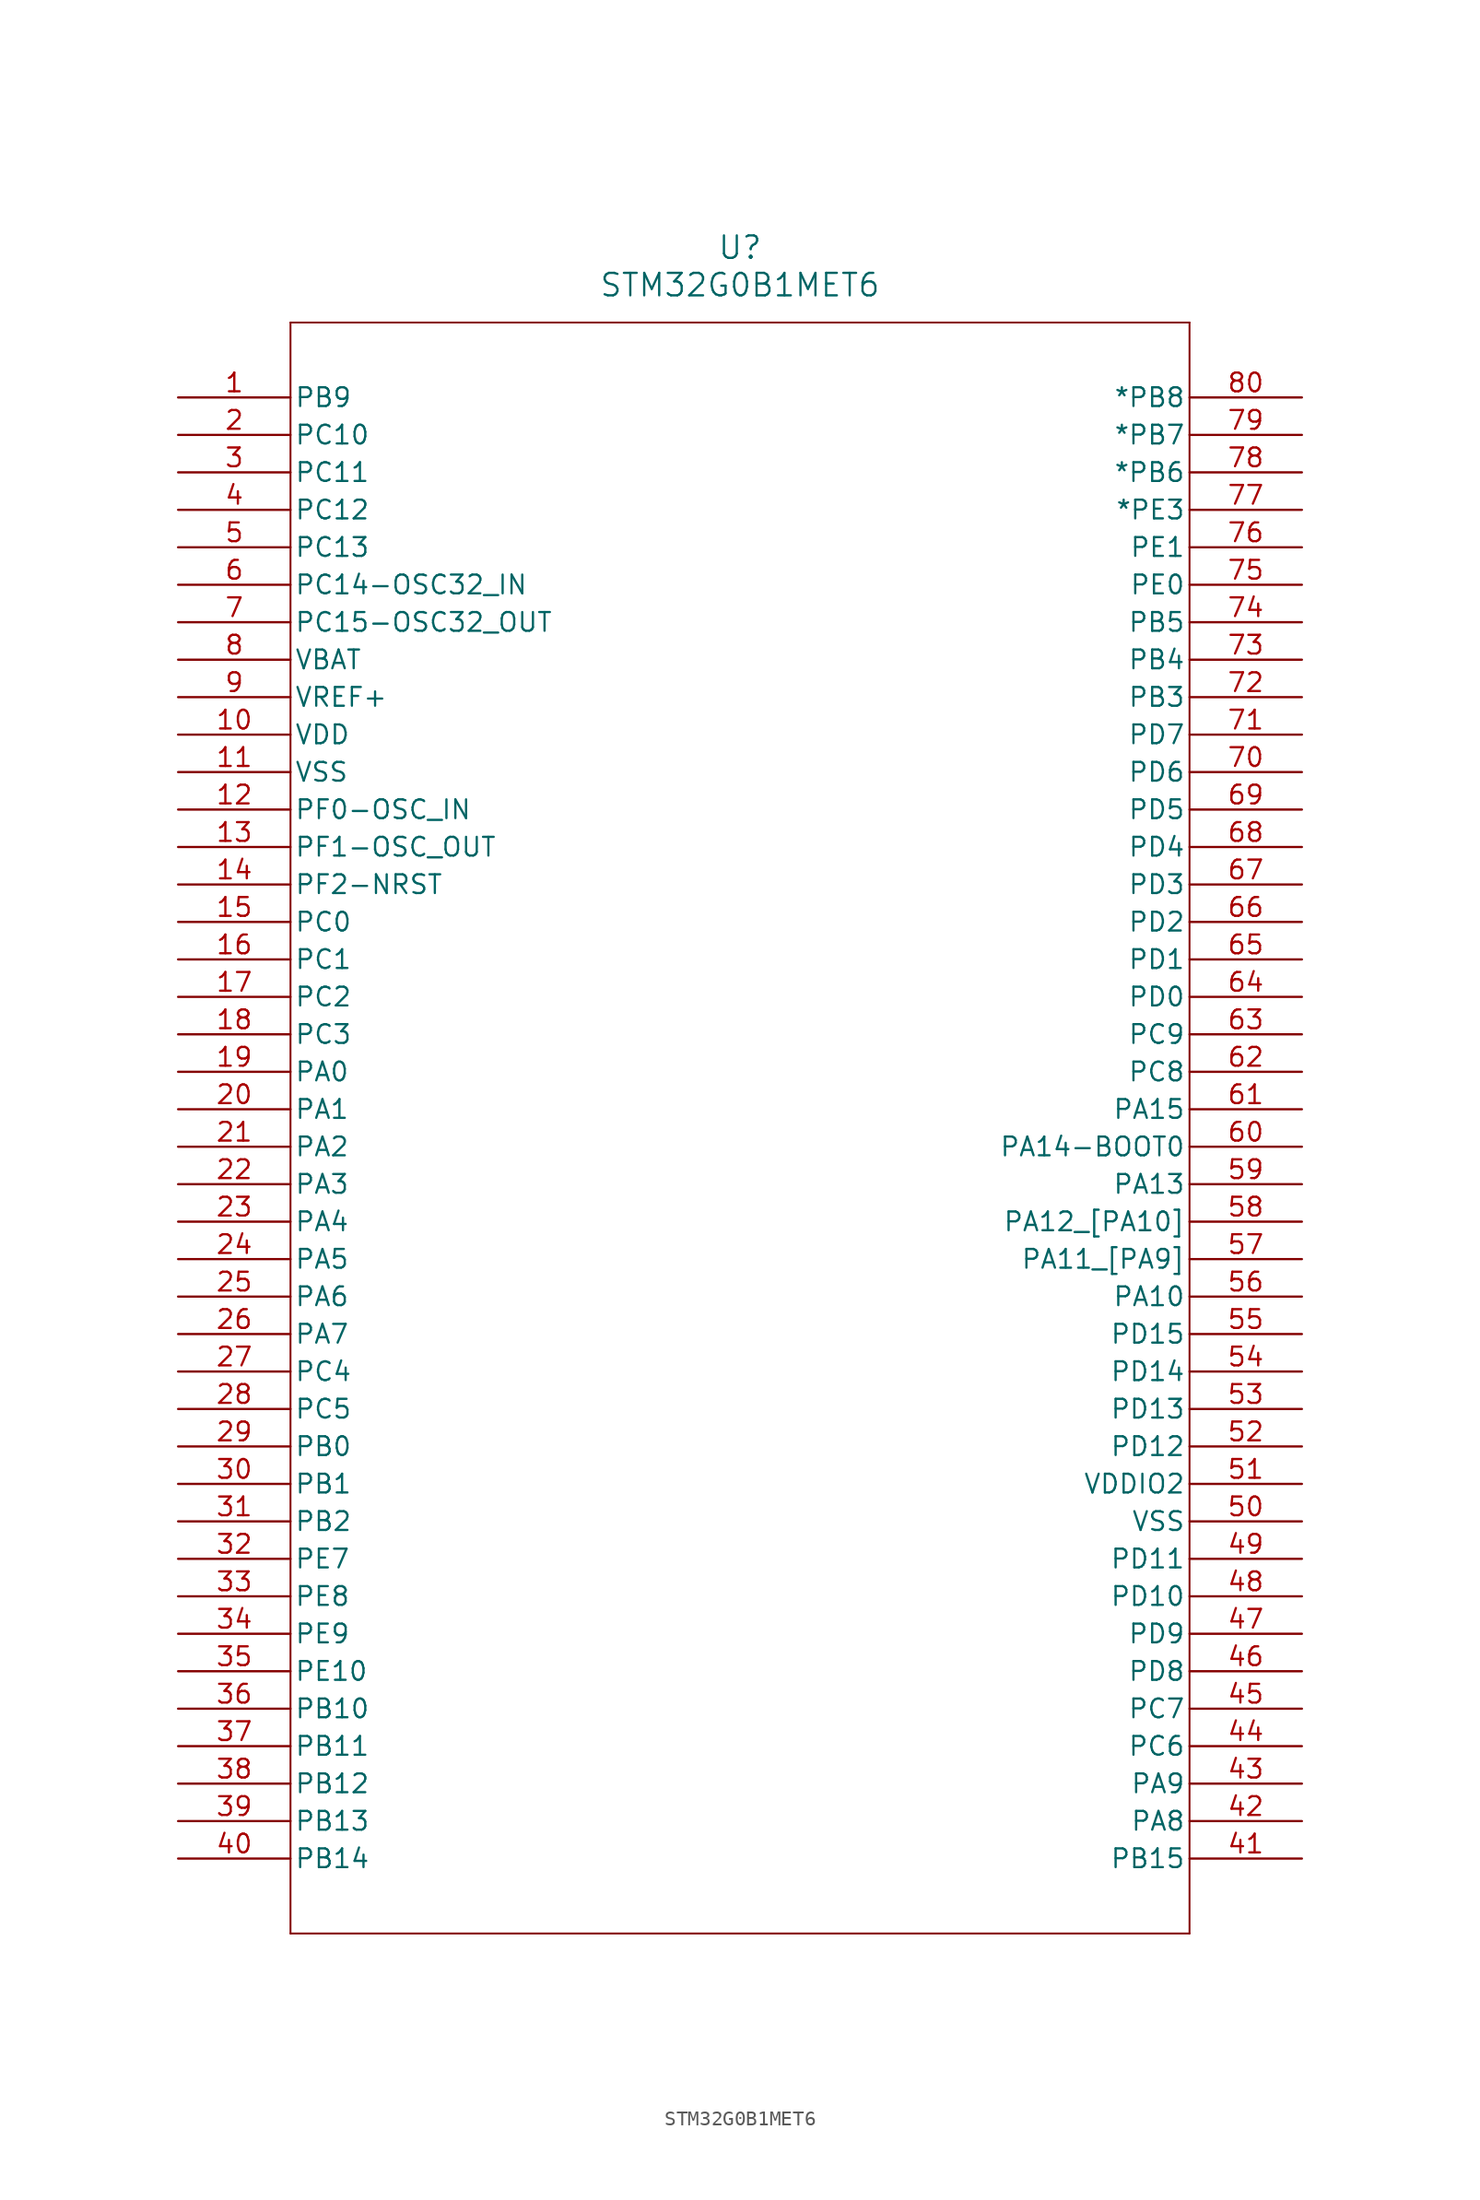
<source format=kicad_sym>
(kicad_symbol_lib
  (version 20211014)
  (generator kicad_symbol_editor)
  (symbol "STM32G0B1MET6"
    (pin_names
      (offset 0.254))
    (property "Reference" "U"
      (at 38.1 10.16 0)
      (effects (font (size 1.524 1.524))))
    (property "Value" "STM32G0B1MET6"
      (at 38.1 7.62 0)
      (effects (font (size 1.524 1.524))))
    (polyline
      (pts (xy 7.62 5.08) (xy 7.62 -104.14))
      (stroke (width 0.127) (type default) (color 0 0 0 0))
      (fill (type none)))
    (polyline
      (pts (xy 7.62 -104.14) (xy 68.58 -104.14))
      (stroke (width 0.127) (type default) (color 0 0 0 0))
      (fill (type none)))
    (polyline
      (pts (xy 68.58 -104.14) (xy 68.58 5.08))
      (stroke (width 0.127) (type default) (color 0 0 0 0))
      (fill (type none)))
    (polyline
      (pts (xy 68.58 5.08) (xy 7.62 5.08))
      (stroke (width 0.127) (type default) (color 0 0 0 0))
      (fill (type none)))
    (pin bidirectional line
      (at 0 0 0)
      (length 7.62)
      (name "PB9" (effects (font (size 1.27 1.27))))
      (number "1" (effects (font (size 1.27 1.27)))))
    (pin bidirectional line
      (at 0 -2.54 0)
      (length 7.62)
      (name "PC10" (effects (font (size 1.27 1.27))))
      (number "2" (effects (font (size 1.27 1.27)))))
    (pin bidirectional line
      (at 0 -5.08 0)
      (length 7.62)
      (name "PC11" (effects (font (size 1.27 1.27))))
      (number "3" (effects (font (size 1.27 1.27)))))
    (pin bidirectional line
      (at 0 -7.62 0)
      (length 7.62)
      (name "PC12" (effects (font (size 1.27 1.27))))
      (number "4" (effects (font (size 1.27 1.27)))))
    (pin bidirectional line
      (at 0 -10.16 0)
      (length 7.62)
      (name "PC13" (effects (font (size 1.27 1.27))))
      (number "5" (effects (font (size 1.27 1.27)))))
    (pin bidirectional line
      (at 0 -12.7 0)
      (length 7.62)
      (name "PC14-OSC32_IN" (effects (font (size 1.27 1.27))))
      (number "6" (effects (font (size 1.27 1.27)))))
    (pin output line
      (at 0 -15.24 0)
      (length 7.62)
      (name "PC15-OSC32_OUT" (effects (font (size 1.27 1.27))))
      (number "7" (effects (font (size 1.27 1.27)))))
    (pin unspecified line
      (at 0 -17.78 0)
      (length 7.62)
      (name "VBAT" (effects (font (size 1.27 1.27))))
      (number "8" (effects (font (size 1.27 1.27)))))
    (pin power_in line
      (at 0 -20.32 0)
      (length 7.62)
      (name "VREF+" (effects (font (size 1.27 1.27))))
      (number "9" (effects (font (size 1.27 1.27)))))
    (pin power_in line
      (at 0 -22.86 0)
      (length 7.62)
      (name "VDD" (effects (font (size 1.27 1.27))))
      (number "10" (effects (font (size 1.27 1.27)))))
    (pin power_out line
      (at 0 -25.4 0)
      (length 7.62)
      (name "VSS" (effects (font (size 1.27 1.27))))
      (number "11" (effects (font (size 1.27 1.27)))))
    (pin bidirectional line
      (at 0 -27.94 0)
      (length 7.62)
      (name "PF0-OSC_IN" (effects (font (size 1.27 1.27))))
      (number "12" (effects (font (size 1.27 1.27)))))
    (pin output line
      (at 0 -30.48 0)
      (length 7.62)
      (name "PF1-OSC_OUT" (effects (font (size 1.27 1.27))))
      (number "13" (effects (font (size 1.27 1.27)))))
    (pin bidirectional line
      (at 0 -33.02 0)
      (length 7.62)
      (name "PF2-NRST" (effects (font (size 1.27 1.27))))
      (number "14" (effects (font (size 1.27 1.27)))))
    (pin bidirectional line
      (at 0 -35.56 0)
      (length 7.62)
      (name "PC0" (effects (font (size 1.27 1.27))))
      (number "15" (effects (font (size 1.27 1.27)))))
    (pin bidirectional line
      (at 0 -38.1 0)
      (length 7.62)
      (name "PC1" (effects (font (size 1.27 1.27))))
      (number "16" (effects (font (size 1.27 1.27)))))
    (pin bidirectional line
      (at 0 -40.64 0)
      (length 7.62)
      (name "PC2" (effects (font (size 1.27 1.27))))
      (number "17" (effects (font (size 1.27 1.27)))))
    (pin bidirectional line
      (at 0 -43.18 0)
      (length 7.62)
      (name "PC3" (effects (font (size 1.27 1.27))))
      (number "18" (effects (font (size 1.27 1.27)))))
    (pin bidirectional line
      (at 0 -45.72 0)
      (length 7.62)
      (name "PA0" (effects (font (size 1.27 1.27))))
      (number "19" (effects (font (size 1.27 1.27)))))
    (pin bidirectional line
      (at 0 -48.26 0)
      (length 7.62)
      (name "PA1" (effects (font (size 1.27 1.27))))
      (number "20" (effects (font (size 1.27 1.27)))))
    (pin bidirectional line
      (at 0 -50.8 0)
      (length 7.62)
      (name "PA2" (effects (font (size 1.27 1.27))))
      (number "21" (effects (font (size 1.27 1.27)))))
    (pin bidirectional line
      (at 0 -53.34 0)
      (length 7.62)
      (name "PA3" (effects (font (size 1.27 1.27))))
      (number "22" (effects (font (size 1.27 1.27)))))
    (pin bidirectional line
      (at 0 -55.88 0)
      (length 7.62)
      (name "PA4" (effects (font (size 1.27 1.27))))
      (number "23" (effects (font (size 1.27 1.27)))))
    (pin bidirectional line
      (at 0 -58.42 0)
      (length 7.62)
      (name "PA5" (effects (font (size 1.27 1.27))))
      (number "24" (effects (font (size 1.27 1.27)))))
    (pin bidirectional line
      (at 0 -60.96 0)
      (length 7.62)
      (name "PA6" (effects (font (size 1.27 1.27))))
      (number "25" (effects (font (size 1.27 1.27)))))
    (pin bidirectional line
      (at 0 -63.5 0)
      (length 7.62)
      (name "PA7" (effects (font (size 1.27 1.27))))
      (number "26" (effects (font (size 1.27 1.27)))))
    (pin bidirectional line
      (at 0 -66.04 0)
      (length 7.62)
      (name "PC4" (effects (font (size 1.27 1.27))))
      (number "27" (effects (font (size 1.27 1.27)))))
    (pin bidirectional line
      (at 0 -68.58 0)
      (length 7.62)
      (name "PC5" (effects (font (size 1.27 1.27))))
      (number "28" (effects (font (size 1.27 1.27)))))
    (pin bidirectional line
      (at 0 -71.12 0)
      (length 7.62)
      (name "PB0" (effects (font (size 1.27 1.27))))
      (number "29" (effects (font (size 1.27 1.27)))))
    (pin bidirectional line
      (at 0 -73.66 0)
      (length 7.62)
      (name "PB1" (effects (font (size 1.27 1.27))))
      (number "30" (effects (font (size 1.27 1.27)))))
    (pin bidirectional line
      (at 0 -76.2 0)
      (length 7.62)
      (name "PB2" (effects (font (size 1.27 1.27))))
      (number "31" (effects (font (size 1.27 1.27)))))
    (pin bidirectional line
      (at 0 -78.74 0)
      (length 7.62)
      (name "PE7" (effects (font (size 1.27 1.27))))
      (number "32" (effects (font (size 1.27 1.27)))))
    (pin bidirectional line
      (at 0 -81.28 0)
      (length 7.62)
      (name "PE8" (effects (font (size 1.27 1.27))))
      (number "33" (effects (font (size 1.27 1.27)))))
    (pin bidirectional line
      (at 0 -83.82 0)
      (length 7.62)
      (name "PE9" (effects (font (size 1.27 1.27))))
      (number "34" (effects (font (size 1.27 1.27)))))
    (pin bidirectional line
      (at 0 -86.36 0)
      (length 7.62)
      (name "PE10" (effects (font (size 1.27 1.27))))
      (number "35" (effects (font (size 1.27 1.27)))))
    (pin bidirectional line
      (at 0 -88.9 0)
      (length 7.62)
      (name "PB10" (effects (font (size 1.27 1.27))))
      (number "36" (effects (font (size 1.27 1.27)))))
    (pin bidirectional line
      (at 0 -91.44 0)
      (length 7.62)
      (name "PB11" (effects (font (size 1.27 1.27))))
      (number "37" (effects (font (size 1.27 1.27)))))
    (pin bidirectional line
      (at 0 -93.98 0)
      (length 7.62)
      (name "PB12" (effects (font (size 1.27 1.27))))
      (number "38" (effects (font (size 1.27 1.27)))))
    (pin bidirectional line
      (at 0 -96.52 0)
      (length 7.62)
      (name "PB13" (effects (font (size 1.27 1.27))))
      (number "39" (effects (font (size 1.27 1.27)))))
    (pin bidirectional line
      (at 0 -99.06 0)
      (length 7.62)
      (name "PB14" (effects (font (size 1.27 1.27))))
      (number "40" (effects (font (size 1.27 1.27)))))
    (pin bidirectional line
      (at 76.2 -99.06 180)
      (length 7.62)
      (name "PB15" (effects (font (size 1.27 1.27))))
      (number "41" (effects (font (size 1.27 1.27)))))
    (pin bidirectional line
      (at 76.2 -96.52 180)
      (length 7.62)
      (name "PA8" (effects (font (size 1.27 1.27))))
      (number "42" (effects (font (size 1.27 1.27)))))
    (pin bidirectional line
      (at 76.2 -93.98 180)
      (length 7.62)
      (name "PA9" (effects (font (size 1.27 1.27))))
      (number "43" (effects (font (size 1.27 1.27)))))
    (pin bidirectional line
      (at 76.2 -91.44 180)
      (length 7.62)
      (name "PC6" (effects (font (size 1.27 1.27))))
      (number "44" (effects (font (size 1.27 1.27)))))
    (pin bidirectional line
      (at 76.2 -88.9 180)
      (length 7.62)
      (name "PC7" (effects (font (size 1.27 1.27))))
      (number "45" (effects (font (size 1.27 1.27)))))
    (pin bidirectional line
      (at 76.2 -86.36 180)
      (length 7.62)
      (name "PD8" (effects (font (size 1.27 1.27))))
      (number "46" (effects (font (size 1.27 1.27)))))
    (pin bidirectional line
      (at 76.2 -83.82 180)
      (length 7.62)
      (name "PD9" (effects (font (size 1.27 1.27))))
      (number "47" (effects (font (size 1.27 1.27)))))
    (pin bidirectional line
      (at 76.2 -81.28 180)
      (length 7.62)
      (name "PD10" (effects (font (size 1.27 1.27))))
      (number "48" (effects (font (size 1.27 1.27)))))
    (pin bidirectional line
      (at 76.2 -78.74 180)
      (length 7.62)
      (name "PD11" (effects (font (size 1.27 1.27))))
      (number "49" (effects (font (size 1.27 1.27)))))
    (pin power_out line
      (at 76.2 -76.2 180)
      (length 7.62)
      (name "VSS" (effects (font (size 1.27 1.27))))
      (number "50" (effects (font (size 1.27 1.27)))))
    (pin power_in line
      (at 76.2 -73.66 180)
      (length 7.62)
      (name "VDDIO2" (effects (font (size 1.27 1.27))))
      (number "51" (effects (font (size 1.27 1.27)))))
    (pin bidirectional line
      (at 76.2 -71.12 180)
      (length 7.62)
      (name "PD12" (effects (font (size 1.27 1.27))))
      (number "52" (effects (font (size 1.27 1.27)))))
    (pin bidirectional line
      (at 76.2 -68.58 180)
      (length 7.62)
      (name "PD13" (effects (font (size 1.27 1.27))))
      (number "53" (effects (font (size 1.27 1.27)))))
    (pin bidirectional line
      (at 76.2 -66.04 180)
      (length 7.62)
      (name "PD14" (effects (font (size 1.27 1.27))))
      (number "54" (effects (font (size 1.27 1.27)))))
    (pin bidirectional line
      (at 76.2 -63.5 180)
      (length 7.62)
      (name "PD15" (effects (font (size 1.27 1.27))))
      (number "55" (effects (font (size 1.27 1.27)))))
    (pin bidirectional line
      (at 76.2 -60.96 180)
      (length 7.62)
      (name "PA10" (effects (font (size 1.27 1.27))))
      (number "56" (effects (font (size 1.27 1.27)))))
    (pin bidirectional line
      (at 76.2 -58.42 180)
      (length 7.62)
      (name "PA11 [PA9]" (effects (font (size 1.27 1.27))))
      (number "57" (effects (font (size 1.27 1.27)))))
    (pin bidirectional line
      (at 76.2 -55.88 180)
      (length 7.62)
      (name "PA12 [PA10]" (effects (font (size 1.27 1.27))))
      (number "58" (effects (font (size 1.27 1.27)))))
    (pin bidirectional line
      (at 76.2 -53.34 180)
      (length 7.62)
      (name "PA13" (effects (font (size 1.27 1.27))))
      (number "59" (effects (font (size 1.27 1.27)))))
    (pin bidirectional line
      (at 76.2 -50.8 180)
      (length 7.62)
      (name "PA14-BOOT0" (effects (font (size 1.27 1.27))))
      (number "60" (effects (font (size 1.27 1.27)))))
    (pin bidirectional line
      (at 76.2 -48.26 180)
      (length 7.62)
      (name "PA15" (effects (font (size 1.27 1.27))))
      (number "61" (effects (font (size 1.27 1.27)))))
    (pin bidirectional line
      (at 76.2 -45.72 180)
      (length 7.62)
      (name "PC8" (effects (font (size 1.27 1.27))))
      (number "62" (effects (font (size 1.27 1.27)))))
    (pin bidirectional line
      (at 76.2 -43.18 180)
      (length 7.62)
      (name "PC9" (effects (font (size 1.27 1.27))))
      (number "63" (effects (font (size 1.27 1.27)))))
    (pin bidirectional line
      (at 76.2 -40.64 180)
      (length 7.62)
      (name "PD0" (effects (font (size 1.27 1.27))))
      (number "64" (effects (font (size 1.27 1.27)))))
    (pin bidirectional line
      (at 76.2 -38.1 180)
      (length 7.62)
      (name "PD1" (effects (font (size 1.27 1.27))))
      (number "65" (effects (font (size 1.27 1.27)))))
    (pin bidirectional line
      (at 76.2 -35.56 180)
      (length 7.62)
      (name "PD2" (effects (font (size 1.27 1.27))))
      (number "66" (effects (font (size 1.27 1.27)))))
    (pin bidirectional line
      (at 76.2 -33.02 180)
      (length 7.62)
      (name "PD3" (effects (font (size 1.27 1.27))))
      (number "67" (effects (font (size 1.27 1.27)))))
    (pin bidirectional line
      (at 76.2 -30.48 180)
      (length 7.62)
      (name "PD4" (effects (font (size 1.27 1.27))))
      (number "68" (effects (font (size 1.27 1.27)))))
    (pin bidirectional line
      (at 76.2 -27.94 180)
      (length 7.62)
      (name "PD5" (effects (font (size 1.27 1.27))))
      (number "69" (effects (font (size 1.27 1.27)))))
    (pin bidirectional line
      (at 76.2 -25.4 180)
      (length 7.62)
      (name "PD6" (effects (font (size 1.27 1.27))))
      (number "70" (effects (font (size 1.27 1.27)))))
    (pin bidirectional line
      (at 76.2 -22.86 180)
      (length 7.62)
      (name "PD7" (effects (font (size 1.27 1.27))))
      (number "71" (effects (font (size 1.27 1.27)))))
    (pin bidirectional line
      (at 76.2 -20.32 180)
      (length 7.62)
      (name "PB3" (effects (font (size 1.27 1.27))))
      (number "72" (effects (font (size 1.27 1.27)))))
    (pin bidirectional line
      (at 76.2 -17.78 180)
      (length 7.62)
      (name "PB4" (effects (font (size 1.27 1.27))))
      (number "73" (effects (font (size 1.27 1.27)))))
    (pin bidirectional line
      (at 76.2 -15.24 180)
      (length 7.62)
      (name "PB5" (effects (font (size 1.27 1.27))))
      (number "74" (effects (font (size 1.27 1.27)))))
    (pin bidirectional line
      (at 76.2 -12.7 180)
      (length 7.62)
      (name "PE0" (effects (font (size 1.27 1.27))))
      (number "75" (effects (font (size 1.27 1.27)))))
    (pin bidirectional line
      (at 76.2 -10.16 180)
      (length 7.62)
      (name "PE1" (effects (font (size 1.27 1.27))))
      (number "76" (effects (font (size 1.27 1.27)))))
    (pin unspecified line
      (at 76.2 -7.62 180)
      (length 7.62)
      (name "*PE3" (effects (font (size 1.27 1.27))))
      (number "77" (effects (font (size 1.27 1.27)))))
    (pin bidirectional line
      (at 76.2 -5.08 180)
      (length 7.62)
      (name "*PB6" (effects (font (size 1.27 1.27))))
      (number "78" (effects (font (size 1.27 1.27)))))
    (pin bidirectional line
      (at 76.2 -2.54 180)
      (length 7.62)
      (name "*PB7" (effects (font (size 1.27 1.27))))
      (number "79" (effects (font (size 1.27 1.27)))))
    (pin bidirectional line
      (at 76.2 0 180)
      (length 7.62)
      (name "*PB8" (effects (font (size 1.27 1.27))))
      (number "80" (effects (font (size 1.27 1.27)))))))
</source>
